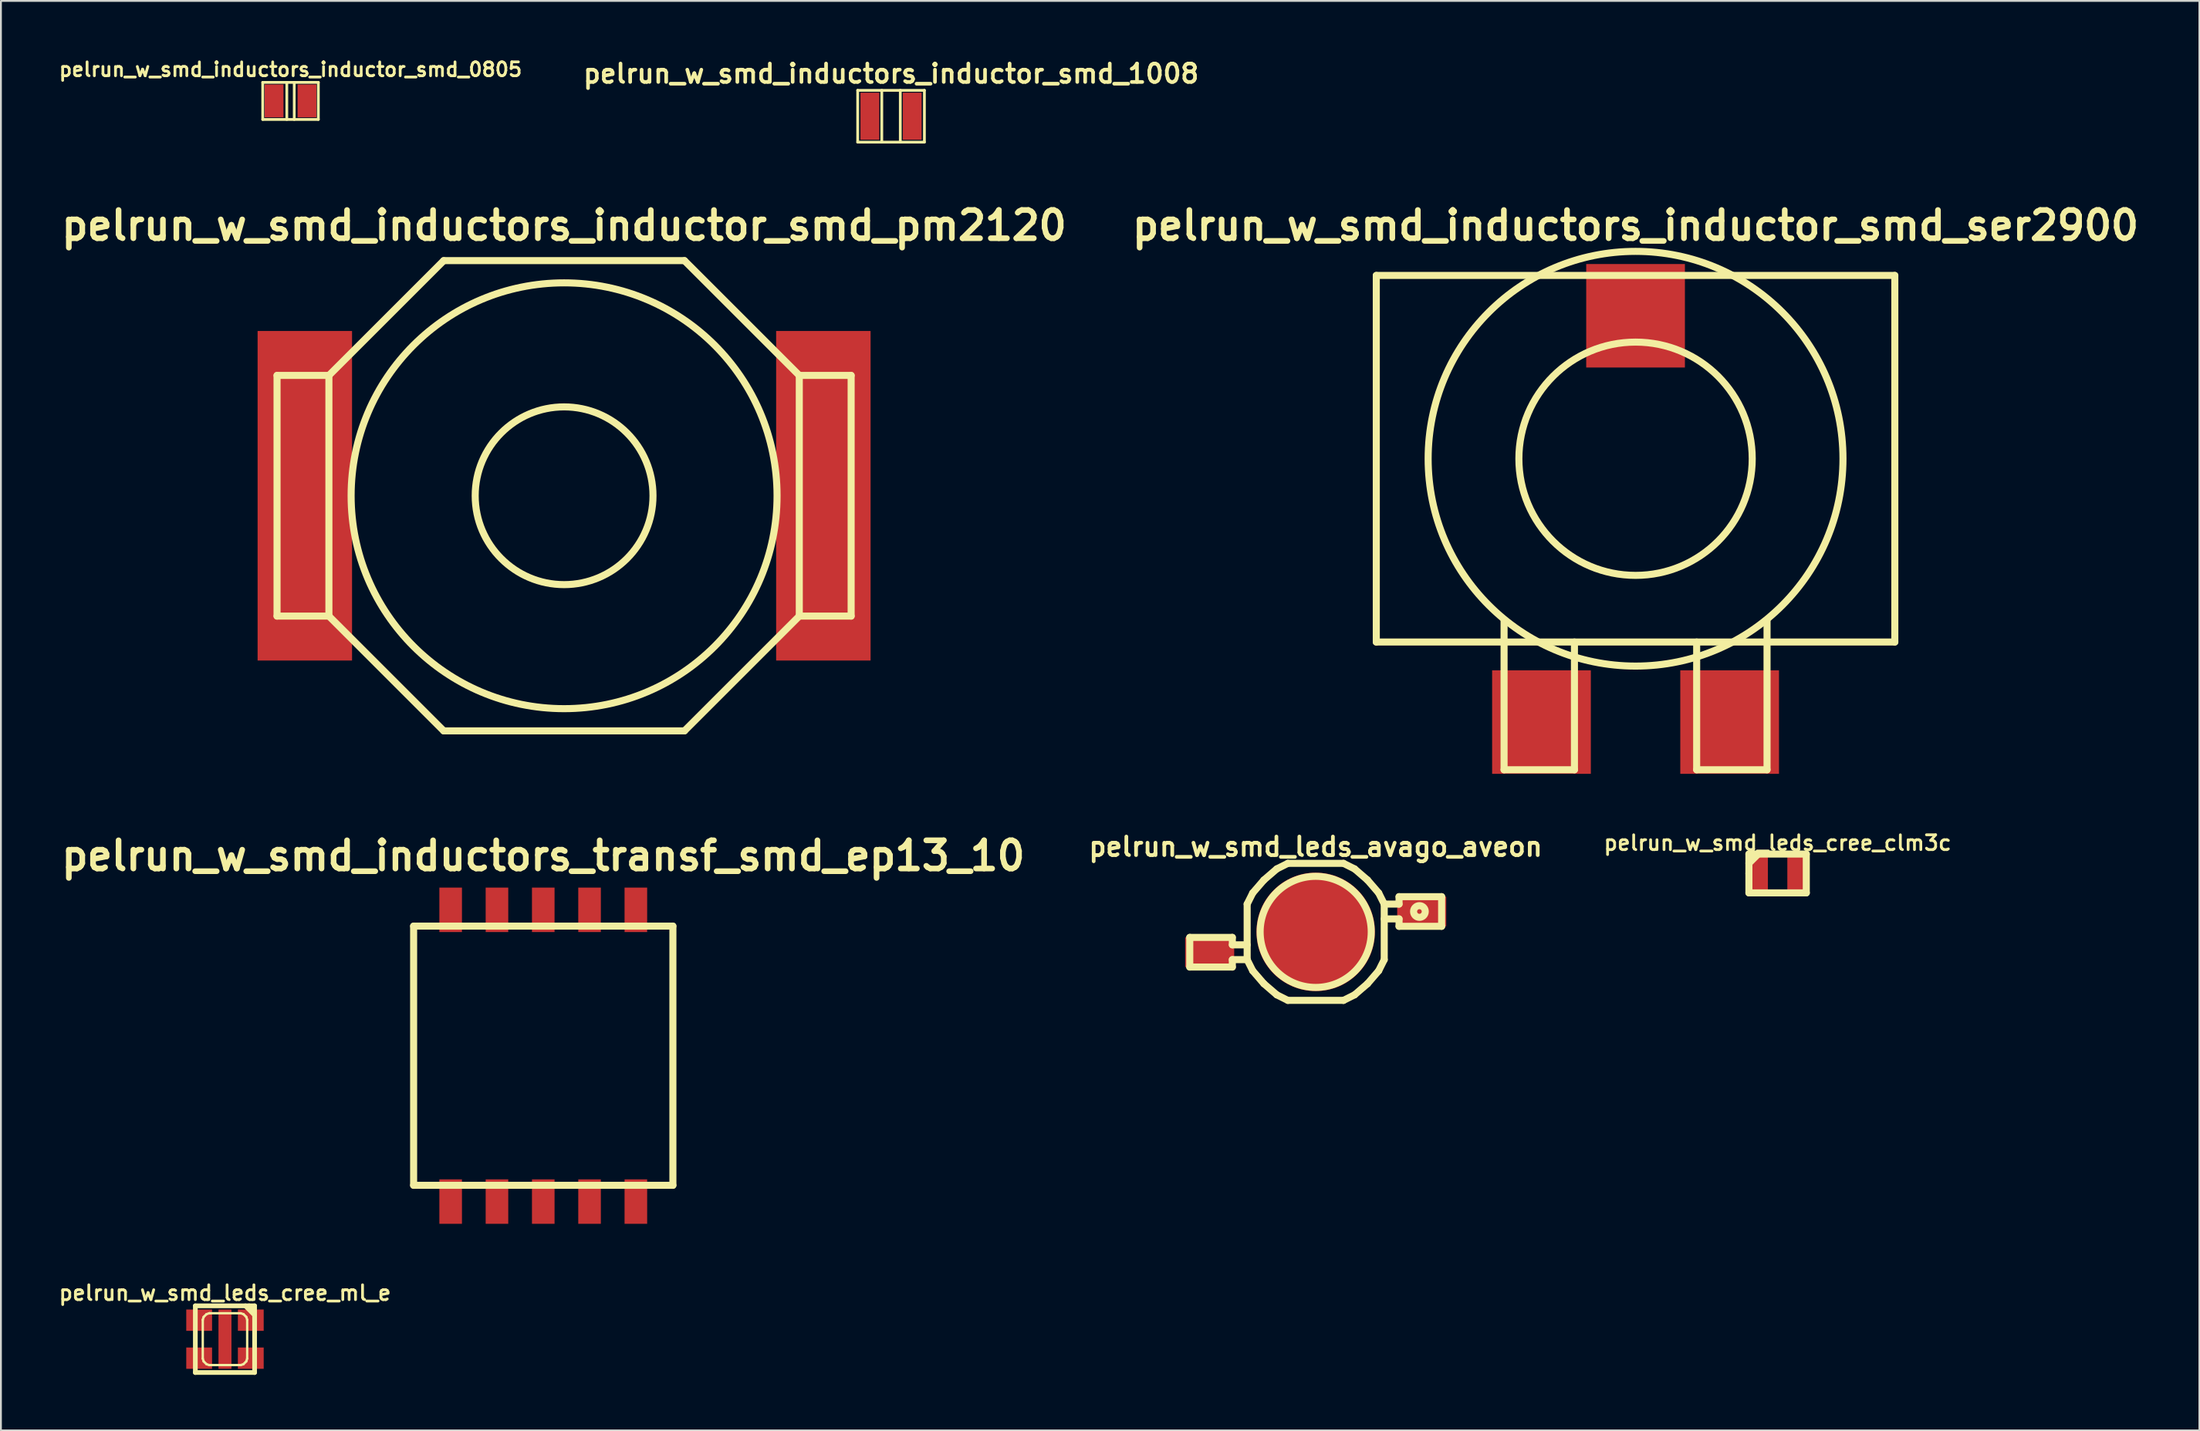
<source format=kicad_pcb>
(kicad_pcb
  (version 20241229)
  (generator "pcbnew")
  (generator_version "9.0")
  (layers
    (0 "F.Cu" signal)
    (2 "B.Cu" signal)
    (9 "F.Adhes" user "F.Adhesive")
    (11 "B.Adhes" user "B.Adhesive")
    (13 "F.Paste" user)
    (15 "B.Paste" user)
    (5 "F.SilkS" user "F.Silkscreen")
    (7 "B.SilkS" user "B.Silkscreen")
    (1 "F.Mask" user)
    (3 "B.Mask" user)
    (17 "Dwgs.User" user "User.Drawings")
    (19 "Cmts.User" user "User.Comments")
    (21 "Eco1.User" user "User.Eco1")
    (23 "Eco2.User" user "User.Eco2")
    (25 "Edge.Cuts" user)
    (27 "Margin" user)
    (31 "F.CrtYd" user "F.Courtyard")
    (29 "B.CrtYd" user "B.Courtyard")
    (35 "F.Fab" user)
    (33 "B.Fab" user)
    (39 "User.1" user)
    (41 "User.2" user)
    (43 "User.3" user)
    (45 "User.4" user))
  (footprint "pelrun_w_smd_inductors_inductor_smd_1008"
    (layer "F.Cu")
    (at 45.065 3.227)
    (property "Reference" "pelrun_w_smd_inductors_inductor_smd_1008" (at 0 -2.301 0) (layer "F.SilkS") (effects (font (size 0.996 0.996) (thickness 0.196))))
    (attr through_hole)
    (fp_line (start -1.801 -1.397) (end 1.801 -1.397) (stroke (width 0.15) (type solid)) (layer "F.SilkS"))
    (fp_line (start -1.801 1.4) (end -1.801 -1.4) (stroke (width 0.15) (type solid)) (layer "F.SilkS"))
    (fp_line (start -0.5 -1.4) (end -0.5 1.4) (stroke (width 0.15) (type solid)) (layer "F.SilkS"))
    (fp_line (start 0.5 1.4) (end 0.5 -1.4) (stroke (width 0.15) (type solid)) (layer "F.SilkS"))
    (fp_line (start 1.801 -1.4) (end 1.801 1.4) (stroke (width 0.15) (type solid)) (layer "F.SilkS"))
    (fp_line (start 1.801 1.4) (end -1.801 1.4) (stroke (width 0.15) (type solid)) (layer "F.SilkS"))
    (pad "1" smd rect (at -1.143 0) (size 1.016 2.54) (layers "F.Cu" "F.Mask" "F.Paste"))
    (pad "2" smd rect (at 1.143 0) (size 1.016 2.54) (layers "F.Cu" "F.Mask" "F.Paste")))
  (footprint "pelrun_w_smd_inductors_inductor_smd_pm2120"
    (layer "F.Cu")
    (at 27.41 23.728)
    (property "Reference" "pelrun_w_smd_inductors_inductor_smd_pm2120" (at 0 -14.6 0) (layer "F.SilkS") (effects (font (size 1.524 1.524) (thickness 0.305))))
    (attr through_hole)
    (fp_line (start -15.5 -6.5) (end -15.5 6.5) (stroke (width 0.381) (type solid)) (layer "F.SilkS"))
    (fp_line (start -15.5 -6.5) (end -12.7 -6.5) (stroke (width 0.381) (type solid)) (layer "F.SilkS"))
    (fp_line (start -15.5 6.5) (end -12.7 6.5) (stroke (width 0.381) (type solid)) (layer "F.SilkS"))
    (fp_line (start -12.7 -6.5) (end -12.7 6.5) (stroke (width 0.381) (type solid)) (layer "F.SilkS"))
    (fp_line (start -12.7 6.5) (end -6.5 12.7) (stroke (width 0.381) (type solid)) (layer "F.SilkS"))
    (fp_line (start -6.5 -12.7) (end -12.7 -6.5) (stroke (width 0.381) (type solid)) (layer "F.SilkS"))
    (fp_line (start -6.5 -12.7) (end 6.5 -12.7) (stroke (width 0.381) (type solid)) (layer "F.SilkS"))
    (fp_line (start -6.5 12.7) (end 6.5 12.7) (stroke (width 0.381) (type solid)) (layer "F.SilkS"))
    (fp_line (start 6.5 12.7) (end 12.7 6.5) (stroke (width 0.381) (type solid)) (layer "F.SilkS"))
    (fp_line (start 12.7 -6.5) (end 6.5 -12.7) (stroke (width 0.381) (type solid)) (layer "F.SilkS"))
    (fp_line (start 12.7 -6.5) (end 12.7 6.5) (stroke (width 0.381) (type solid)) (layer "F.SilkS"))
    (fp_line (start 15.5 -6.5) (end 12.7 -6.5) (stroke (width 0.381) (type solid)) (layer "F.SilkS"))
    (fp_line (start 15.5 -6.5) (end 15.5 6.5) (stroke (width 0.381) (type solid)) (layer "F.SilkS"))
    (fp_line (start 15.5 6.5) (end 12.7 6.5) (stroke (width 0.381) (type solid)) (layer "F.SilkS"))
    (fp_circle (center 0 0) (end 4.8 0) (stroke (width 0.381) (type solid)) (fill no) (layer "F.SilkS"))
    (fp_circle (center 0 0) (end 11.5 0) (stroke (width 0.381) (type solid)) (fill no) (layer "F.SilkS"))
    (pad "1" smd rect (at -14 0) (size 5.1 17.8) (layers "F.Cu" "F.Mask" "F.Paste"))
    (pad "2" smd rect (at 14 0) (size 5.1 17.8) (layers "F.Cu" "F.Mask" "F.Paste")))
  (footprint "pelrun_w_smd_inductors_transf_smd_ep13_10"
    (layer "F.Cu")
    (at 26.285 53.973)
    (property "Reference" "pelrun_w_smd_inductors_transf_smd_ep13_10" (at 0 -10.8 0) (layer "F.SilkS") (effects (font (size 1.524 1.524) (thickness 0.305))))
    (attr through_hole)
    (fp_line (start -7 -7) (end -7 7) (stroke (width 0.381) (type solid)) (layer "F.SilkS"))
    (fp_line (start -7 7) (end 7 7) (stroke (width 0.381) (type solid)) (layer "F.SilkS"))
    (fp_line (start 7 -7) (end -7 -7) (stroke (width 0.381) (type solid)) (layer "F.SilkS"))
    (fp_line (start 7 7) (end 7 -7) (stroke (width 0.381) (type solid)) (layer "F.SilkS"))
    (pad "1" smd rect (at 5 7.88) (size 1.22 2.4) (layers "F.Cu" "F.Mask" "F.Paste"))
    (pad "2" smd rect (at 2.5 7.88) (size 1.22 2.4) (layers "F.Cu" "F.Mask" "F.Paste"))
    (pad "3" smd rect (at 0 7.88) (size 1.22 2.4) (layers "F.Cu" "F.Mask" "F.Paste"))
    (pad "4" smd rect (at -2.5 7.88) (size 1.22 2.4) (layers "F.Cu" "F.Mask" "F.Paste"))
    (pad "5" smd rect (at -5 7.88) (size 1.22 2.4) (layers "F.Cu" "F.Mask" "F.Paste"))
    (pad "6" smd rect (at -5 -7.88) (size 1.22 2.4) (layers "F.Cu" "F.Mask" "F.Paste"))
    (pad "7" smd rect (at -2.5 -7.88) (size 1.22 2.4) (layers "F.Cu" "F.Mask" "F.Paste"))
    (pad "8" smd rect (at 0 -7.88) (size 1.22 2.4) (layers "F.Cu" "F.Mask" "F.Paste"))
    (pad "9" smd rect (at 2.5 -7.88) (size 1.22 2.4) (layers "F.Cu" "F.Mask" "F.Paste"))
    (pad "10" smd rect (at 5 -7.88) (size 1.22 2.4) (layers "F.Cu" "F.Mask" "F.Paste")))
  (footprint "pelrun_w_smd_inductors_inductor_smd_0805"
    (layer "F.Cu")
    (at 12.638 2.401)
    (property "Reference" "pelrun_w_smd_inductors_inductor_smd_0805" (at 0 -1.699 0) (layer "F.SilkS") (effects (font (size 0.749 0.749) (thickness 0.15))))
    (attr through_hole)
    (fp_line (start -1.501 -1.001) (end 1.501 -1.001) (stroke (width 0.15) (type solid)) (layer "F.SilkS"))
    (fp_line (start -1.501 1.001) (end -1.501 -1.001) (stroke (width 0.15) (type solid)) (layer "F.SilkS"))
    (fp_line (start -0.201 -1.001) (end -0.201 1.001) (stroke (width 0.15) (type solid)) (layer "F.SilkS"))
    (fp_line (start 0.201 1.001) (end 0.201 -1.001) (stroke (width 0.15) (type solid)) (layer "F.SilkS"))
    (fp_line (start 1.501 -1.001) (end 1.501 1.001) (stroke (width 0.15) (type solid)) (layer "F.SilkS"))
    (fp_line (start 1.501 1.001) (end -1.501 1.001) (stroke (width 0.15) (type solid)) (layer "F.SilkS"))
    (pad "1" smd rect (at -0.889 0) (size 1.016 1.778) (layers "F.Cu" "F.Mask" "F.Paste"))
    (pad "2" smd rect (at 0.889 0) (size 1.016 1.778) (layers "F.Cu" "F.Mask" "F.Paste")))
  (footprint "pelrun_w_smd_leds_cree_clm3c"
    (layer "F.Cu")
    (at 92.937 44.129)
    (property "Reference" "pelrun_w_smd_leds_cree_clm3c" (at 0 -1.651 0) (layer "F.SilkS") (effects (font (size 0.8 0.8) (thickness 0.15))))
    (attr through_hole)
    (fp_line (start -1.549 -1.049) (end 1.549 -1.049) (stroke (width 0.381) (type solid)) (layer "F.SilkS"))
    (fp_line (start -1.549 -0.551) (end -1.049 -1.049) (stroke (width 0.381) (type solid)) (layer "F.SilkS"))
    (fp_line (start -1.549 0) (end -1.549 -1.049) (stroke (width 0.381) (type solid)) (layer "F.SilkS"))
    (fp_line (start -1.549 1.049) (end -1.549 0) (stroke (width 0.381) (type solid)) (layer "F.SilkS"))
    (fp_line (start 1.549 -1.049) (end 1.549 1.049) (stroke (width 0.381) (type solid)) (layer "F.SilkS"))
    (fp_line (start 1.549 1.049) (end -1.549 1.049) (stroke (width 0.381) (type solid)) (layer "F.SilkS"))
    (pad "1" smd rect (at -1.125 0) (size 1.199 1.801) (layers "F.Cu" "F.Mask" "F.Paste"))
    (pad "2" smd rect (at 1.125 0) (size 1.199 1.801) (layers "F.Cu" "F.Mask" "F.Paste")))
  (footprint "pelrun_w_smd_inductors_inductor_smd_ser2900"
    (layer "F.Cu")
    (at 85.267 21.728)
    (property "Reference" "pelrun_w_smd_inductors_inductor_smd_ser2900" (at 0 -12.6 0) (layer "F.SilkS") (effects (font (size 1.524 1.524) (thickness 0.305))))
    (attr through_hole)
    (fp_line (start -14 -9.9) (end -14 9.9) (stroke (width 0.381) (type solid)) (layer "F.SilkS"))
    (fp_line (start -14 -9.9) (end 14 -9.9) (stroke (width 0.381) (type solid)) (layer "F.SilkS"))
    (fp_line (start -14 9.9) (end 14 9.9) (stroke (width 0.381) (type solid)) (layer "F.SilkS"))
    (fp_line (start -7.1 16.8) (end -7.1 8.7) (stroke (width 0.381) (type solid)) (layer "F.SilkS"))
    (fp_line (start -3.3 9.9) (end -3.3 16.8) (stroke (width 0.381) (type solid)) (layer "F.SilkS"))
    (fp_line (start -3.3 16.8) (end -7.1 16.8) (stroke (width 0.381) (type solid)) (layer "F.SilkS"))
    (fp_line (start 3.3 9.9) (end 3.3 16.8) (stroke (width 0.381) (type solid)) (layer "F.SilkS"))
    (fp_line (start 3.3 16.8) (end 7.1 16.8) (stroke (width 0.381) (type solid)) (layer "F.SilkS"))
    (fp_line (start 7.1 16.8) (end 7.1 8.7) (stroke (width 0.381) (type solid)) (layer "F.SilkS"))
    (fp_line (start 14 9.9) (end 14 -9.9) (stroke (width 0.381) (type solid)) (layer "F.SilkS"))
    (fp_circle (center 0 0) (end 6.3 0) (stroke (width 0.381) (type solid)) (fill no) (layer "F.SilkS"))
    (fp_circle (center 0 0) (end 11.2 0) (stroke (width 0.381) (type solid)) (fill no) (layer "F.SilkS"))
    (pad "" smd rect (at 0 -7.722) (size 5.33 5.59) (layers "F.Cu" "F.Mask" "F.Paste"))
    (pad "1" smd rect (at -5.08 14.224) (size 5.33 5.59) (layers "F.Cu" "F.Mask" "F.Paste"))
    (pad "2" smd rect (at 5.08 14.224) (size 5.33 5.59) (layers "F.Cu" "F.Mask" "F.Paste")))
  (footprint "pelrun_w_smd_leds_cree_ml_e"
    (layer "F.Cu")
    (at 9.098 69.284)
    (property "Reference" "pelrun_w_smd_leds_cree_ml_e" (at 0 -2.499 0) (layer "F.SilkS") (effects (font (size 0.8 0.8) (thickness 0.15))))
    (attr through_hole)
    (fp_line (start -1.6 -1.801) (end 1.6 -1.801) (stroke (width 0.254) (type solid)) (layer "F.SilkS"))
    (fp_line (start -1.6 1.801) (end -1.6 -1.801) (stroke (width 0.254) (type solid)) (layer "F.SilkS"))
    (fp_line (start -1.199 -1.049) (end -1.199 1.049) (stroke (width 0.127) (type solid)) (layer "F.SilkS"))
    (fp_line (start -1.199 1.049) (end -1.151 1.199) (stroke (width 0.127) (type solid)) (layer "F.SilkS"))
    (fp_line (start -1.151 -1.199) (end -1.199 -1.049) (stroke (width 0.127) (type solid)) (layer "F.SilkS"))
    (fp_line (start -1.151 1.199) (end -1.001 1.349) (stroke (width 0.127) (type solid)) (layer "F.SilkS"))
    (fp_line (start -1.001 -1.349) (end -1.151 -1.199) (stroke (width 0.127) (type solid)) (layer "F.SilkS"))
    (fp_line (start -0.851 -1.4) (end -1.001 -1.349) (stroke (width 0.127) (type solid)) (layer "F.SilkS"))
    (fp_line (start -0.851 -1.4) (end -0.8 -1.4) (stroke (width 0.127) (type solid)) (layer "F.SilkS"))
    (fp_line (start -0.851 1.4) (end -1.001 1.349) (stroke (width 0.127) (type solid)) (layer "F.SilkS"))
    (fp_line (start -0.851 1.4) (end 0.851 1.4) (stroke (width 0.127) (type solid)) (layer "F.SilkS"))
    (fp_line (start 0.851 -1.4) (end -0.851 -1.4) (stroke (width 0.127) (type solid)) (layer "F.SilkS"))
    (fp_line (start 0.851 1.4) (end 1.001 1.349) (stroke (width 0.127) (type solid)) (layer "F.SilkS"))
    (fp_line (start 1.001 -1.349) (end 0.851 -1.4) (stroke (width 0.127) (type solid)) (layer "F.SilkS"))
    (fp_line (start 1.1 -1.801) (end 1.6 -1.3) (stroke (width 0.254) (type solid)) (layer "F.SilkS"))
    (fp_line (start 1.151 -1.199) (end 1.001 -1.349) (stroke (width 0.127) (type solid)) (layer "F.SilkS"))
    (fp_line (start 1.151 1.199) (end 1.001 1.349) (stroke (width 0.127) (type solid)) (layer "F.SilkS"))
    (fp_line (start 1.199 -1.049) (end 1.151 -1.199) (stroke (width 0.127) (type solid)) (layer "F.SilkS"))
    (fp_line (start 1.199 1.049) (end 1.151 1.199) (stroke (width 0.127) (type solid)) (layer "F.SilkS"))
    (fp_line (start 1.199 1.049) (end 1.199 -1.049) (stroke (width 0.127) (type solid)) (layer "F.SilkS"))
    (fp_line (start 1.3 -1.801) (end 1.6 -1.501) (stroke (width 0.254) (type solid)) (layer "F.SilkS"))
    (fp_line (start 1.6 -1.801) (end 1.6 1.801) (stroke (width 0.254) (type solid)) (layer "F.SilkS"))
    (fp_line (start 1.6 1.801) (end -1.6 1.801) (stroke (width 0.254) (type solid)) (layer "F.SilkS"))
    (pad "1" smd rect (at -1.394 -1.026) (size 1.394 1.151) (layers "F.Cu" "F.Mask" "F.Paste"))
    (pad "2" smd rect (at -1.394 1.026) (size 1.394 1.151) (layers "F.Cu" "F.Mask" "F.Paste"))
    (pad "3" smd rect (at 1.394 1.026) (size 1.394 1.151) (layers "F.Cu" "F.Mask" "F.Paste"))
    (pad "4" smd rect (at 1.394 -1.026) (size 1.394 1.151) (layers "F.Cu" "F.Mask" "F.Paste"))
    (pad "5" smd rect (at 0 0) (size 0.701 3.2) (layers "F.Cu" "F.Mask" "F.Paste")))
  (footprint "pelrun_w_smd_leds_avago_aveon"
    (layer "F.Cu")
    (at 67.995 47.284)
    (property "Reference" "pelrun_w_smd_leds_avago_aveon" (at 0 -4.6 0) (layer "F.SilkS") (effects (font (size 1.001 1.001) (thickness 0.201))))
    (attr through_hole)
    (fp_line (start -6.8 0.3) (end -4.501 0.3) (stroke (width 0.381) (type solid)) (layer "F.SilkS"))
    (fp_line (start -6.8 1.9) (end -6.8 0.3) (stroke (width 0.381) (type solid)) (layer "F.SilkS"))
    (fp_line (start -6.8 1.9) (end -4.501 1.9) (stroke (width 0.381) (type solid)) (layer "F.SilkS"))
    (fp_line (start -4.501 0.3) (end -4.501 0.701) (stroke (width 0.381) (type solid)) (layer "F.SilkS"))
    (fp_line (start -4.501 0.701) (end -3.701 0.701) (stroke (width 0.381) (type solid)) (layer "F.SilkS"))
    (fp_line (start -4.501 1.501) (end -3.701 1.501) (stroke (width 0.381) (type solid)) (layer "F.SilkS"))
    (fp_line (start -4.501 1.9) (end -4.501 1.501) (stroke (width 0.381) (type solid)) (layer "F.SilkS"))
    (fp_line (start -3.701 -1.501) (end -3.401 -2.101) (stroke (width 0.381) (type solid)) (layer "F.SilkS"))
    (fp_line (start -3.701 1.501) (end -3.701 -1.501) (stroke (width 0.381) (type solid)) (layer "F.SilkS"))
    (fp_line (start -3.701 1.501) (end -3.401 2.101) (stroke (width 0.381) (type solid)) (layer "F.SilkS"))
    (fp_line (start -3.401 -2.101) (end -2.799 -2.799) (stroke (width 0.381) (type solid)) (layer "F.SilkS"))
    (fp_line (start -2.799 -2.799) (end -2.101 -3.401) (stroke (width 0.381) (type solid)) (layer "F.SilkS"))
    (fp_line (start -2.799 2.799) (end -3.401 2.101) (stroke (width 0.381) (type solid)) (layer "F.SilkS"))
    (fp_line (start -2.101 -3.401) (end -1.501 -3.701) (stroke (width 0.381) (type solid)) (layer "F.SilkS"))
    (fp_line (start -2.101 3.401) (end -2.799 2.799) (stroke (width 0.381) (type solid)) (layer "F.SilkS"))
    (fp_line (start -1.501 -3.701) (end 1.501 -3.701) (stroke (width 0.381) (type solid)) (layer "F.SilkS"))
    (fp_line (start -1.501 3.701) (end -2.101 3.401) (stroke (width 0.381) (type solid)) (layer "F.SilkS"))
    (fp_line (start 1.501 -3.701) (end 2.101 -3.401) (stroke (width 0.381) (type solid)) (layer "F.SilkS"))
    (fp_line (start 1.501 3.701) (end -1.501 3.701) (stroke (width 0.381) (type solid)) (layer "F.SilkS"))
    (fp_line (start 1.501 3.701) (end 2.101 3.401) (stroke (width 0.381) (type solid)) (layer "F.SilkS"))
    (fp_line (start 2.101 -3.401) (end 2.799 -2.799) (stroke (width 0.381) (type solid)) (layer "F.SilkS"))
    (fp_line (start 2.799 -2.799) (end 3.401 -2.101) (stroke (width 0.381) (type solid)) (layer "F.SilkS"))
    (fp_line (start 2.799 2.799) (end 2.101 3.401) (stroke (width 0.381) (type solid)) (layer "F.SilkS"))
    (fp_line (start 3.401 2.101) (end 2.799 2.799) (stroke (width 0.381) (type solid)) (layer "F.SilkS"))
    (fp_line (start 3.701 -1.501) (end 3.401 -2.101) (stroke (width 0.381) (type solid)) (layer "F.SilkS"))
    (fp_line (start 3.701 -1.501) (end 3.701 1.501) (stroke (width 0.381) (type solid)) (layer "F.SilkS"))
    (fp_line (start 3.701 1.501) (end 3.401 2.101) (stroke (width 0.381) (type solid)) (layer "F.SilkS"))
    (fp_line (start 4.501 -1.9) (end 4.501 -1.501) (stroke (width 0.381) (type solid)) (layer "F.SilkS"))
    (fp_line (start 4.501 -1.501) (end 3.701 -1.501) (stroke (width 0.381) (type solid)) (layer "F.SilkS"))
    (fp_line (start 4.501 -0.701) (end 3.701 -0.701) (stroke (width 0.381) (type solid)) (layer "F.SilkS"))
    (fp_line (start 4.501 -0.3) (end 4.501 -0.701) (stroke (width 0.381) (type solid)) (layer "F.SilkS"))
    (fp_line (start 6.8 -1.9) (end 4.501 -1.9) (stroke (width 0.381) (type solid)) (layer "F.SilkS"))
    (fp_line (start 6.8 -1.9) (end 6.8 -0.3) (stroke (width 0.381) (type solid)) (layer "F.SilkS"))
    (fp_line (start 6.8 -0.3) (end 4.501 -0.3) (stroke (width 0.381) (type solid)) (layer "F.SilkS"))
    (fp_circle (center 0 0) (end -3 0) (stroke (width 0.381) (type solid)) (fill no) (layer "F.SilkS"))
    (fp_circle (center 5.601 -1.1) (end 5.301 -1.001) (stroke (width 0.381) (type solid)) (fill no) (layer "F.SilkS"))
    (pad "1" smd rect (at -5.725 1.1) (size 2.649 1.6) (layers "F.Cu" "F.Mask" "F.Paste"))
    (pad "2" smd rect (at 5.725 -1.1) (size 2.649 1.6) (layers "F.Cu" "F.Mask" "F.Paste"))
    (pad "3" smd circle (at 0 0) (size 6.401 6.401) (layers "F.Cu" "F.Mask" "F.Paste")))
  (gr_rect
    (start -3 -3)
    (end 115.713 74.212)
    (stroke (width 0.1) (type default))
    (fill no)
    (layer "Edge.Cuts")))
</source>
